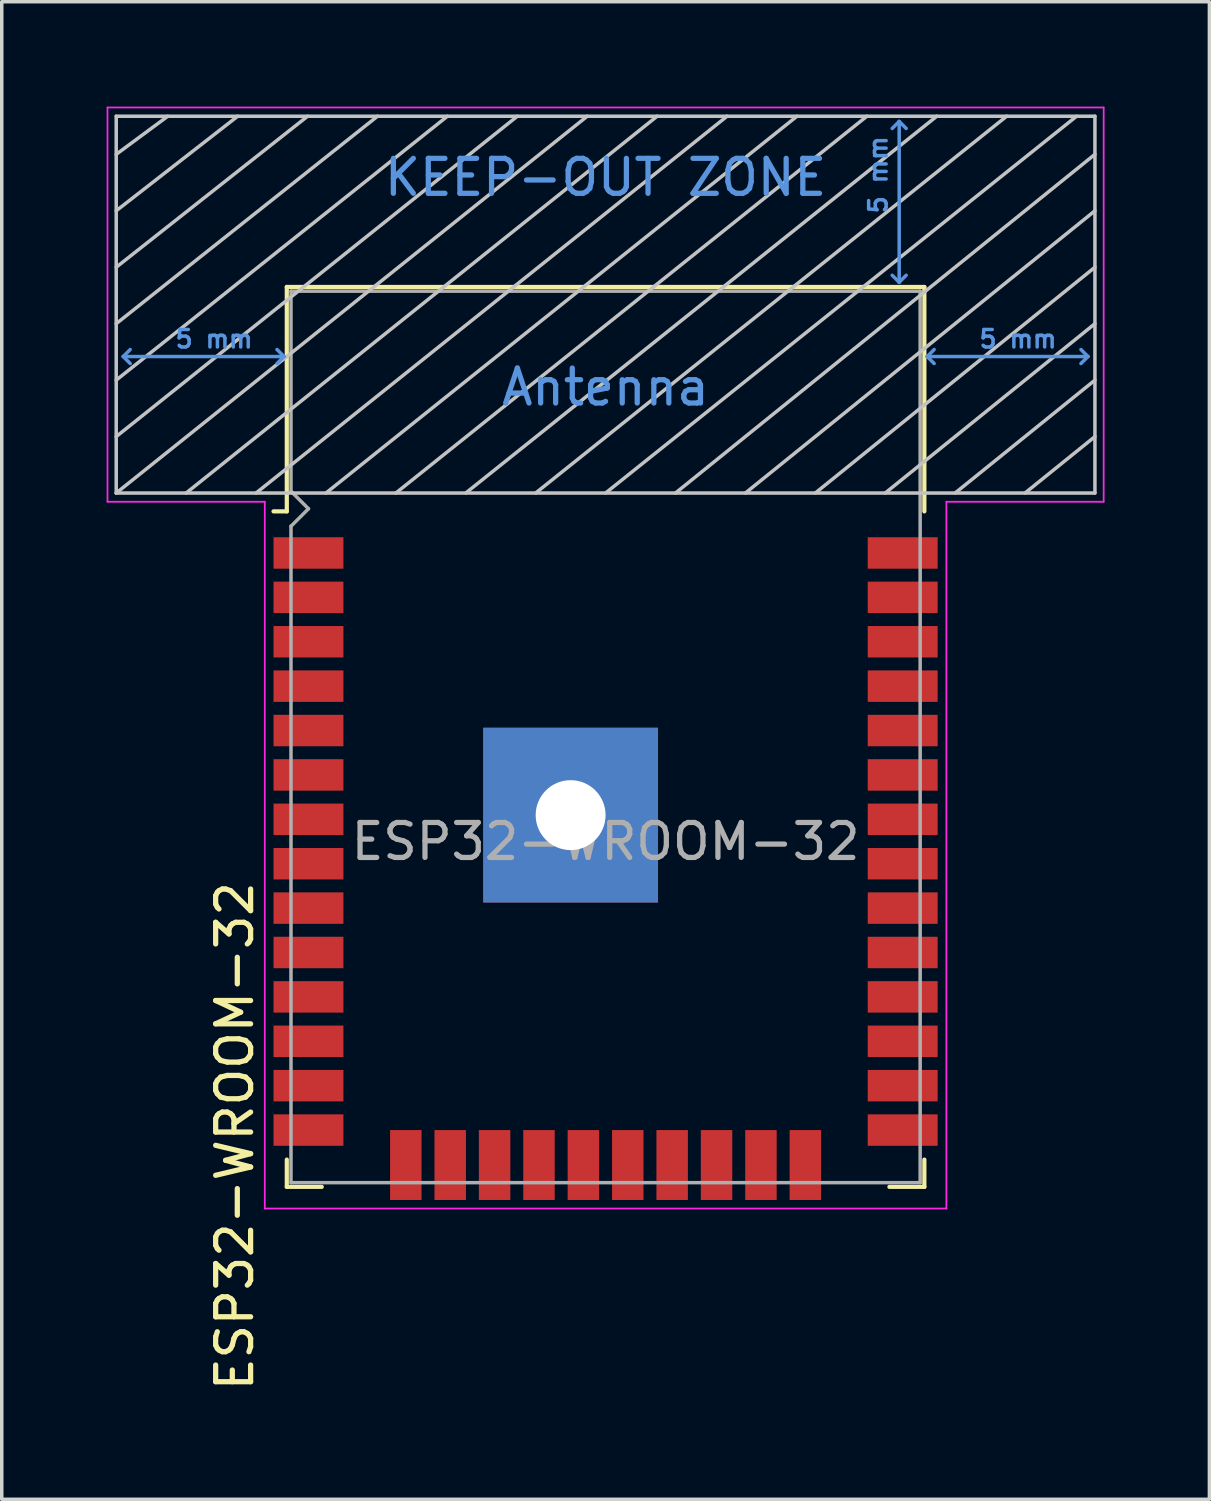
<source format=kicad_pcb>
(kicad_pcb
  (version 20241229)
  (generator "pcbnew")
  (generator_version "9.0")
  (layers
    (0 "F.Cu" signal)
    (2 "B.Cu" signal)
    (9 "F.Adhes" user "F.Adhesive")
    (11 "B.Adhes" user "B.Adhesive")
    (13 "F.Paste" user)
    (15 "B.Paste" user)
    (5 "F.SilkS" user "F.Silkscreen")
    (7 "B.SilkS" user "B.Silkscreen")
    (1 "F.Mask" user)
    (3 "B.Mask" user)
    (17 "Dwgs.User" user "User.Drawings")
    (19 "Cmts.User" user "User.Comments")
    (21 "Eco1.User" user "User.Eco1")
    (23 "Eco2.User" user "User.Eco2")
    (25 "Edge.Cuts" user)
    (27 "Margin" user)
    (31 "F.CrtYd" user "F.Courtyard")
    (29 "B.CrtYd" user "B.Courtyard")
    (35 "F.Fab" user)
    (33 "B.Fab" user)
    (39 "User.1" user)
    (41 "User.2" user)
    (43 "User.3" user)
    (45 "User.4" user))
  (footprint "ESP32-WROOM-32"
    (layer "F.Cu")
    (at 14.275 21.025)
    (property "Reference" "ESP32-WROOM-32" (at -10.61 8.43 90) (layer "F.SilkS") (effects (font (size 1 1) (thickness 0.15))))
    (attr smd)
    (fp_line (start -9.12 -15.865) (end -9.12 -9.445) (stroke (width 0.12) (type solid)) (layer "F.SilkS"))
    (fp_line (start -9.12 -15.865) (end 9.12 -15.865) (stroke (width 0.12) (type solid)) (layer "F.SilkS"))
    (fp_line (start -9.12 -9.445) (end -9.5 -9.445) (stroke (width 0.12) (type solid)) (layer "F.SilkS"))
    (fp_line (start -9.12 9.1) (end -9.12 9.88) (stroke (width 0.12) (type solid)) (layer "F.SilkS"))
    (fp_line (start -9.12 9.88) (end -8.12 9.88) (stroke (width 0.12) (type solid)) (layer "F.SilkS"))
    (fp_line (start 9.12 -15.865) (end 9.12 -9.445) (stroke (width 0.12) (type solid)) (layer "F.SilkS"))
    (fp_line (start 9.12 9.1) (end 9.12 9.88) (stroke (width 0.12) (type solid)) (layer "F.SilkS"))
    (fp_line (start 9.12 9.88) (end 8.12 9.88) (stroke (width 0.12) (type solid)) (layer "F.SilkS"))
    (fp_line (start -14 -9.97) (end -14 -20.75) (stroke (width 0.1) (type solid)) (layer "Dwgs.User"))
    (fp_line (start -12.525 -20.75) (end -14 -19.66) (stroke (width 0.1) (type solid)) (layer "Dwgs.User"))
    (fp_line (start -10.525 -20.75) (end -14 -18.045) (stroke (width 0.1) (type solid)) (layer "Dwgs.User"))
    (fp_line (start -8.525 -20.75) (end -14 -16.43) (stroke (width 0.1) (type solid)) (layer "Dwgs.User"))
    (fp_line (start -8 -9.97) (end 5.475 -20.75) (stroke (width 0.1) (type solid)) (layer "Dwgs.User"))
    (fp_line (start -6.525 -20.75) (end -14 -14.815) (stroke (width 0.1) (type solid)) (layer "Dwgs.User"))
    (fp_line (start -4.525 -20.75) (end -14 -13.2) (stroke (width 0.1) (type solid)) (layer "Dwgs.User"))
    (fp_line (start -2.525 -20.75) (end -14 -11.585) (stroke (width 0.1) (type solid)) (layer "Dwgs.User"))
    (fp_line (start -0.525 -20.75) (end -14 -9.97) (stroke (width 0.1) (type solid)) (layer "Dwgs.User"))
    (fp_line (start 1.475 -20.75) (end -12 -9.97) (stroke (width 0.1) (type solid)) (layer "Dwgs.User"))
    (fp_line (start 3.475 -20.75) (end -10 -9.97) (stroke (width 0.1) (type solid)) (layer "Dwgs.User"))
    (fp_line (start 7.475 -20.75) (end -6 -9.97) (stroke (width 0.1) (type solid)) (layer "Dwgs.User"))
    (fp_line (start 9.475 -20.75) (end -4 -9.97) (stroke (width 0.1) (type solid)) (layer "Dwgs.User"))
    (fp_line (start 11.475 -20.75) (end -2 -9.97) (stroke (width 0.1) (type solid)) (layer "Dwgs.User"))
    (fp_line (start 13.475 -20.75) (end 0 -9.97) (stroke (width 0.1) (type solid)) (layer "Dwgs.User"))
    (fp_line (start 14 -20.75) (end -14 -20.75) (stroke (width 0.1) (type solid)) (layer "Dwgs.User"))
    (fp_line (start 14 -19.66) (end 2 -9.97) (stroke (width 0.1) (type solid)) (layer "Dwgs.User"))
    (fp_line (start 14 -18.045) (end 4 -9.97) (stroke (width 0.1) (type solid)) (layer "Dwgs.User"))
    (fp_line (start 14 -16.43) (end 6 -9.97) (stroke (width 0.1) (type solid)) (layer "Dwgs.User"))
    (fp_line (start 14 -14.815) (end 8 -9.97) (stroke (width 0.1) (type solid)) (layer "Dwgs.User"))
    (fp_line (start 14 -13.2) (end 10 -9.97) (stroke (width 0.1) (type solid)) (layer "Dwgs.User"))
    (fp_line (start 14 -11.585) (end 12 -9.97) (stroke (width 0.1) (type solid)) (layer "Dwgs.User"))
    (fp_line (start 14 -9.97) (end -14 -9.97) (stroke (width 0.1) (type solid)) (layer "Dwgs.User"))
    (fp_line (start 14 -9.97) (end 14 -20.75) (stroke (width 0.1) (type solid)) (layer "Dwgs.User"))
    (fp_line (start -13.8 -13.875) (end -13.6 -14.075) (stroke (width 0.1) (type solid)) (layer "Cmts.User"))
    (fp_line (start -13.8 -13.875) (end -13.6 -13.675) (stroke (width 0.1) (type solid)) (layer "Cmts.User"))
    (fp_line (start -13.8 -13.875) (end -9.2 -13.875) (stroke (width 0.1) (type solid)) (layer "Cmts.User"))
    (fp_line (start -9.2 -13.875) (end -9.4 -14.075) (stroke (width 0.1) (type solid)) (layer "Cmts.User"))
    (fp_line (start -9.2 -13.875) (end -9.4 -13.675) (stroke (width 0.1) (type solid)) (layer "Cmts.User"))
    (fp_line (start 8.4 -20.6) (end 8.2 -20.4) (stroke (width 0.1) (type solid)) (layer "Cmts.User"))
    (fp_line (start 8.4 -20.6) (end 8.6 -20.4) (stroke (width 0.1) (type solid)) (layer "Cmts.User"))
    (fp_line (start 8.4 -16) (end 8.2 -16.2) (stroke (width 0.1) (type solid)) (layer "Cmts.User"))
    (fp_line (start 8.4 -16) (end 8.4 -20.6) (stroke (width 0.1) (type solid)) (layer "Cmts.User"))
    (fp_line (start 8.4 -16) (end 8.6 -16.2) (stroke (width 0.1) (type solid)) (layer "Cmts.User"))
    (fp_line (start 9.2 -13.875) (end 9.4 -14.075) (stroke (width 0.1) (type solid)) (layer "Cmts.User"))
    (fp_line (start 9.2 -13.875) (end 9.4 -13.675) (stroke (width 0.1) (type solid)) (layer "Cmts.User"))
    (fp_line (start 9.2 -13.875) (end 13.8 -13.875) (stroke (width 0.1) (type solid)) (layer "Cmts.User"))
    (fp_line (start 13.8 -13.875) (end 13.6 -14.075) (stroke (width 0.1) (type solid)) (layer "Cmts.User"))
    (fp_line (start 13.8 -13.875) (end 13.6 -13.675) (stroke (width 0.1) (type solid)) (layer "Cmts.User"))
    (fp_line (start -14.25 -21) (end -14.25 -9.72) (stroke (width 0.05) (type solid)) (layer "F.CrtYd"))
    (fp_line (start -14.25 -21) (end 14.25 -21) (stroke (width 0.05) (type solid)) (layer "F.CrtYd"))
    (fp_line (start -14.25 -9.72) (end -9.75 -9.72) (stroke (width 0.05) (type solid)) (layer "F.CrtYd"))
    (fp_line (start -9.75 10.5) (end -9.75 -9.72) (stroke (width 0.05) (type solid)) (layer "F.CrtYd"))
    (fp_line (start -9.75 10.5) (end 9.75 10.5) (stroke (width 0.05) (type solid)) (layer "F.CrtYd"))
    (fp_line (start 9.75 -9.72) (end 9.75 10.5) (stroke (width 0.05) (type solid)) (layer "F.CrtYd"))
    (fp_line (start 9.75 -9.72) (end 14.25 -9.72) (stroke (width 0.05) (type solid)) (layer "F.CrtYd"))
    (fp_line (start 14.25 -21) (end 14.25 -9.72) (stroke (width 0.05) (type solid)) (layer "F.CrtYd"))
    (fp_line (start -9 -15.745) (end -9 -10.02) (stroke (width 0.1) (type solid)) (layer "F.Fab"))
    (fp_line (start -9 -15.745) (end 9 -15.745) (stroke (width 0.1) (type solid)) (layer "F.Fab"))
    (fp_line (start -9 -9.02) (end -9 9.76) (stroke (width 0.1) (type solid)) (layer "F.Fab"))
    (fp_line (start -9 -9.02) (end -8.5 -9.52) (stroke (width 0.1) (type solid)) (layer "F.Fab"))
    (fp_line (start -9 9.76) (end 9 9.76) (stroke (width 0.1) (type solid)) (layer "F.Fab"))
    (fp_line (start -8.5 -9.52) (end -9 -10.02) (stroke (width 0.1) (type solid)) (layer "F.Fab"))
    (fp_line (start 9 9.76) (end 9 -15.745) (stroke (width 0.1) (type solid)) (layer "F.Fab"))
    (fp_text user "Antenna" (at 0 -13 0) (layer "Cmts.User") (effects (font (size 1 1) (thickness 0.15))))
    (fp_text user "5 mm" (at 11.8 -14.375 0) (layer "Cmts.User") (effects (font (size 0.5 0.5) (thickness 0.1))))
    (fp_text user "5 mm" (at 7.8 -19.075 90) (layer "Cmts.User") (effects (font (size 0.5 0.5) (thickness 0.1))))
    (fp_text user "KEEP-OUT ZONE" (at 0 -19 0) (layer "Cmts.User") (effects (font (size 1 1) (thickness 0.15))))
    (fp_text user "5 mm" (at -11.2 -14.375 0) (layer "Cmts.User") (effects (font (size 0.5 0.5) (thickness 0.1))))
    (fp_text user "${REFERENCE}" (at 0 0 0) (layer "F.Fab") (effects (font (size 1 1) (thickness 0.15))))
    (pad "1" smd rect (at -8.5 -8.255) (size 2 0.9) (layers "F.Cu" "F.Mask" "F.Paste"))
    (pad "2" smd rect (at -8.5 -6.985) (size 2 0.9) (layers "F.Cu" "F.Mask" "F.Paste"))
    (pad "3" smd rect (at -8.5 -5.715) (size 2 0.9) (layers "F.Cu" "F.Mask" "F.Paste"))
    (pad "4" smd rect (at -8.5 -4.445) (size 2 0.9) (layers "F.Cu" "F.Mask" "F.Paste"))
    (pad "5" smd rect (at -8.5 -3.175) (size 2 0.9) (layers "F.Cu" "F.Mask" "F.Paste"))
    (pad "6" smd rect (at -8.5 -1.905) (size 2 0.9) (layers "F.Cu" "F.Mask" "F.Paste"))
    (pad "7" smd rect (at -8.5 -0.635) (size 2 0.9) (layers "F.Cu" "F.Mask" "F.Paste"))
    (pad "8" smd rect (at -8.5 0.635) (size 2 0.9) (layers "F.Cu" "F.Mask" "F.Paste"))
    (pad "9" smd rect (at -8.5 1.905) (size 2 0.9) (layers "F.Cu" "F.Mask" "F.Paste"))
    (pad "10" smd rect (at -8.5 3.175) (size 2 0.9) (layers "F.Cu" "F.Mask" "F.Paste"))
    (pad "11" smd rect (at -8.5 4.445) (size 2 0.9) (layers "F.Cu" "F.Mask" "F.Paste"))
    (pad "12" smd rect (at -8.5 5.715) (size 2 0.9) (layers "F.Cu" "F.Mask" "F.Paste"))
    (pad "13" smd rect (at -8.5 6.985) (size 2 0.9) (layers "F.Cu" "F.Mask" "F.Paste"))
    (pad "14" smd rect (at -8.5 8.255) (size 2 0.9) (layers "F.Cu" "F.Mask" "F.Paste"))
    (pad "15" smd rect (at -5.715 9.255 90) (size 2 0.9) (layers "F.Cu" "F.Mask" "F.Paste"))
    (pad "16" smd rect (at -4.445 9.255 90) (size 2 0.9) (layers "F.Cu" "F.Mask" "F.Paste"))
    (pad "17" smd rect (at -3.175 9.255 90) (size 2 0.9) (layers "F.Cu" "F.Mask" "F.Paste"))
    (pad "18" smd rect (at -1.905 9.255 90) (size 2 0.9) (layers "F.Cu" "F.Mask" "F.Paste"))
    (pad "19" smd rect (at -0.635 9.255 90) (size 2 0.9) (layers "F.Cu" "F.Mask" "F.Paste"))
    (pad "20" smd rect (at 0.635 9.255 90) (size 2 0.9) (layers "F.Cu" "F.Mask" "F.Paste"))
    (pad "21" smd rect (at 1.905 9.255 90) (size 2 0.9) (layers "F.Cu" "F.Mask" "F.Paste"))
    (pad "22" smd rect (at 3.175 9.255 90) (size 2 0.9) (layers "F.Cu" "F.Mask" "F.Paste"))
    (pad "23" smd rect (at 4.445 9.255 90) (size 2 0.9) (layers "F.Cu" "F.Mask" "F.Paste"))
    (pad "24" smd rect (at 5.715 9.255 90) (size 2 0.9) (layers "F.Cu" "F.Mask" "F.Paste"))
    (pad "25" smd rect (at 8.5 8.255) (size 2 0.9) (layers "F.Cu" "F.Mask" "F.Paste"))
    (pad "26" smd rect (at 8.5 6.985) (size 2 0.9) (layers "F.Cu" "F.Mask" "F.Paste"))
    (pad "27" smd rect (at 8.5 5.715) (size 2 0.9) (layers "F.Cu" "F.Mask" "F.Paste"))
    (pad "28" smd rect (at 8.5 4.445) (size 2 0.9) (layers "F.Cu" "F.Mask" "F.Paste"))
    (pad "29" smd rect (at 8.5 3.175) (size 2 0.9) (layers "F.Cu" "F.Mask" "F.Paste"))
    (pad "30" smd rect (at 8.5 1.905) (size 2 0.9) (layers "F.Cu" "F.Mask" "F.Paste"))
    (pad "31" smd rect (at 8.5 0.635) (size 2 0.9) (layers "F.Cu" "F.Mask" "F.Paste"))
    (pad "32" smd rect (at 8.5 -0.635) (size 2 0.9) (layers "F.Cu" "F.Mask" "F.Paste"))
    (pad "33" smd rect (at 8.5 -1.905) (size 2 0.9) (layers "F.Cu" "F.Mask" "F.Paste"))
    (pad "34" smd rect (at 8.5 -3.175) (size 2 0.9) (layers "F.Cu" "F.Mask" "F.Paste"))
    (pad "35" smd rect (at 8.5 -4.445) (size 2 0.9) (layers "F.Cu" "F.Mask" "F.Paste"))
    (pad "36" smd rect (at 8.5 -5.715) (size 2 0.9) (layers "F.Cu" "F.Mask" "F.Paste"))
    (pad "37" smd rect (at 8.5 -6.985) (size 2 0.9) (layers "F.Cu" "F.Mask" "F.Paste"))
    (pad "38" smd rect (at 8.5 -8.255) (size 2 0.9) (layers "F.Cu" "F.Mask" "F.Paste"))
    (pad "39" thru_hole rect (at -1 -0.755) (size 5 5) (drill 2) (layers "*.Cu" "*.Mask")))
  (gr_rect
    (start -3 -3)
    (end 31.55 39.842)
    (stroke (width 0.1) (type default))
    (fill no)
    (layer "Edge.Cuts")))
</source>
